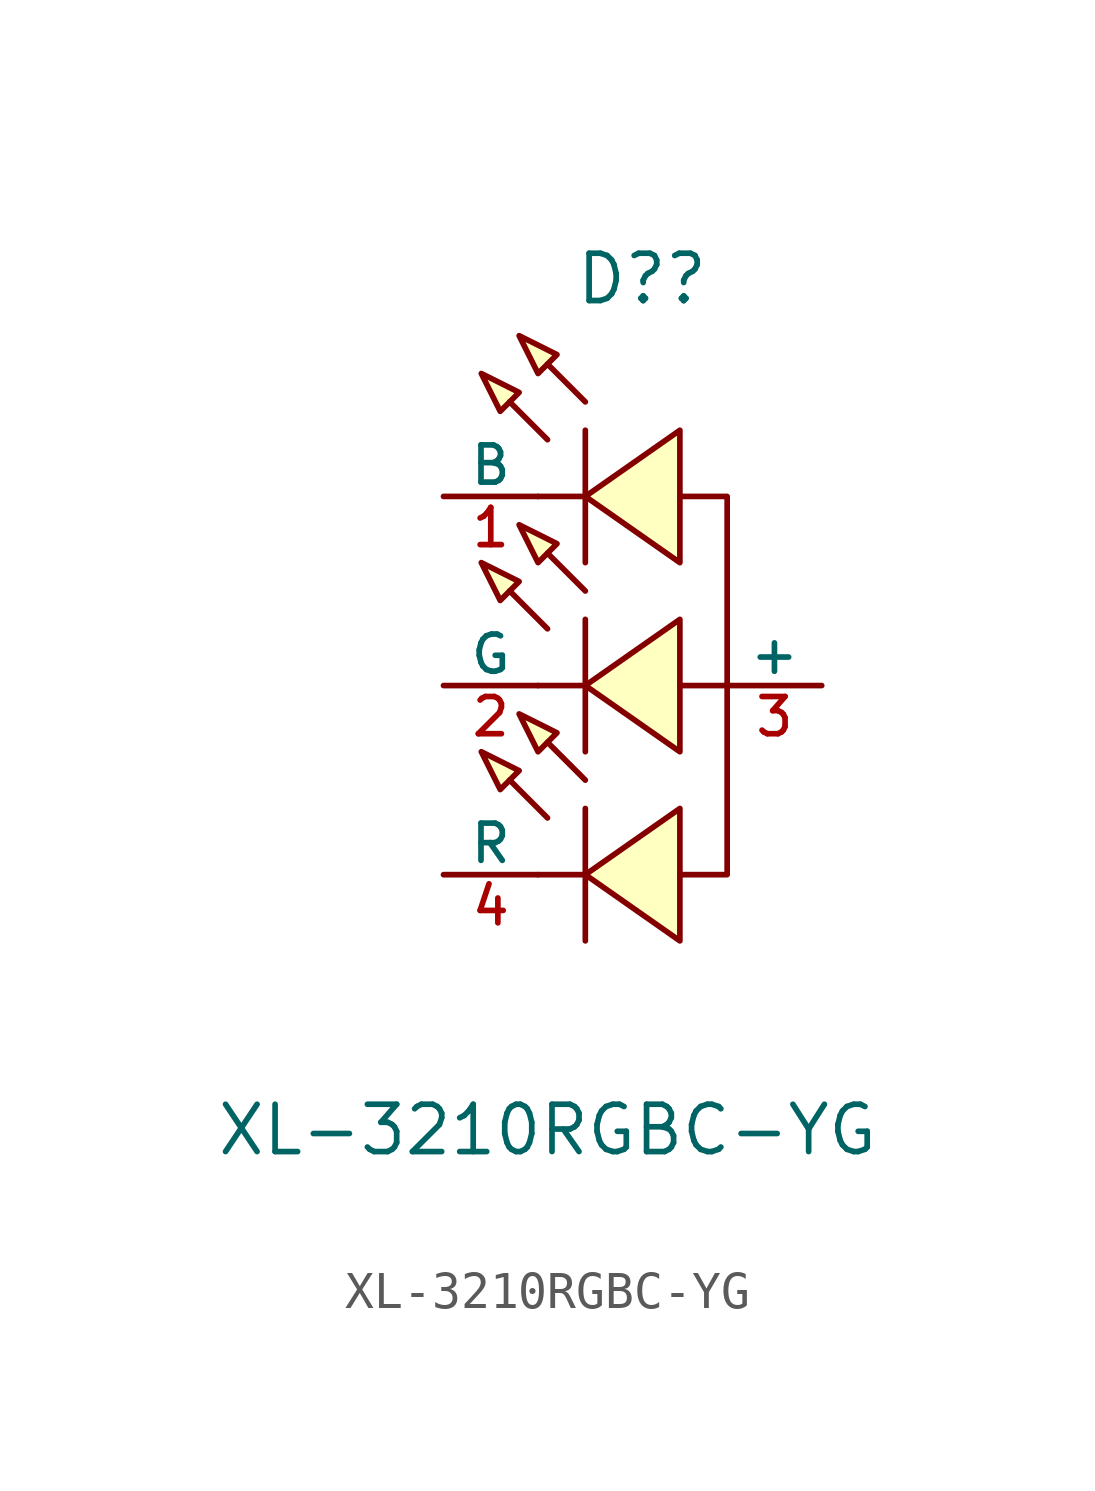
<source format=kicad_sym>
(kicad_symbol_lib
  (version 20241209)
  (generator "kicad_symbol_editor")
  (generator_version "9.0")
  (symbol "XL-3210RGBC-YG"
    (pin_names
      (offset 0))
    (property "Reference" "D?"
      (at 0.254 8.382 0)
      (effects (font (size 1.27 1.27))))
    (property "Value" "XL-3210RGBC-YG"
      (at -2.286 -14.478 0)
      (effects (font (size 1.27 1.27))))
    (symbol "XL-3210RGBC-YG_0_1"
      (polyline (pts (xy -4.064 5.842) (xy -3.048 5.334) (xy -3.556 4.826) (xy -4.064 5.842)) (stroke (width 0) (type default)) (fill (type background)))
      (polyline (pts (xy -4.064 0.762) (xy -3.048 0.254) (xy -3.556 -0.254) (xy -4.064 0.762)) (stroke (width 0) (type default)) (fill (type background)))
      (polyline (pts (xy -4.064 -4.318) (xy -3.048 -4.826) (xy -3.556 -5.334) (xy -4.064 -4.318)) (stroke (width 0) (type default)) (fill (type background)))
      (polyline (pts (xy -3.048 6.858) (xy -2.032 6.35) (xy -2.54 5.842) (xy -3.048 6.858)) (stroke (width 0) (type default)) (fill (type background)))
      (polyline (pts (xy -3.048 1.778) (xy -2.032 1.27) (xy -2.54 0.762) (xy -3.048 1.778)) (stroke (width 0) (type default)) (fill (type background)))
      (polyline (pts (xy -3.048 -3.302) (xy -2.032 -3.81) (xy -2.54 -4.318) (xy -3.048 -3.302)) (stroke (width 0) (type default)) (fill (type background)))
      (polyline (pts (xy -2.286 4.064) (xy -3.302 5.08)) (stroke (width 0) (type default)) (fill (type none)))
      (polyline (pts (xy -2.286 -1.016) (xy -3.302 0)) (stroke (width 0) (type default)) (fill (type none)))
      (polyline (pts (xy -2.286 -6.096) (xy -3.302 -5.08)) (stroke (width 0) (type default)) (fill (type none)))
      (polyline (pts (xy -1.27 5.08) (xy -2.286 6.096)) (stroke (width 0) (type default)) (fill (type none)))
      (polyline (pts (xy -1.27 4.318) (xy -1.27 0.762)) (stroke (width 0) (type default)) (fill (type none)))
      (polyline (pts (xy -1.27 2.54) (xy -2.54 2.54)) (stroke (width 0) (type default)) (fill (type none)))
      (polyline (pts (xy -1.27 0) (xy -2.286 1.016)) (stroke (width 0) (type default)) (fill (type none)))
      (polyline (pts (xy -1.27 -0.762) (xy -1.27 -4.318)) (stroke (width 0) (type default)) (fill (type none)))
      (polyline (pts (xy -1.27 -2.54) (xy -2.54 -2.54)) (stroke (width 0) (type default)) (fill (type none)))
      (polyline (pts (xy -1.27 -5.08) (xy -2.286 -4.064)) (stroke (width 0) (type default)) (fill (type none)))
      (polyline (pts (xy -1.27 -5.842) (xy -1.27 -9.398)) (stroke (width 0) (type default)) (fill (type none)))
      (polyline (pts (xy -1.27 -7.62) (xy -2.54 -7.62)) (stroke (width 0) (type default)) (fill (type none)))
      (polyline (pts (xy 1.27 4.318) (xy -1.27 2.54) (xy 1.27 0.762) (xy 1.27 4.318)) (stroke (width 0) (type default)) (fill (type background)))
      (polyline (pts (xy 1.27 -0.762) (xy -1.27 -2.54) (xy 1.27 -4.318) (xy 1.27 -0.762)) (stroke (width 0) (type default)) (fill (type background)))
      (polyline (pts (xy 1.27 -5.842) (xy -1.27 -7.62) (xy 1.27 -9.398) (xy 1.27 -5.842)) (stroke (width 0) (type default)) (fill (type background)))
      (polyline (pts (xy 2.54 -2.54) (xy 1.27 -2.54)) (stroke (width 0) (type default)) (fill (type none)))
      (polyline (pts (xy 2.54 -2.54) (xy 2.54 2.54) (xy 1.27 2.54)) (stroke (width 0) (type default)) (fill (type none)))
      (polyline (pts (xy 2.54 -2.54) (xy 2.54 -7.62) (xy 1.27 -7.62)) (stroke (width 0) (type default)) (fill (type none))))
    (symbol "XL-3210RGBC-YG_1_1"
      (pin input line (at -5.08 2.54 0) (length 2.54) (name "B" (effects (font (size 1 1)))) (number "1" (effects (font (size 1 1)))))
      (pin input line (at -5.08 -2.54 0) (length 2.54) (name "G" (effects (font (size 1 1)))) (number "2" (effects (font (size 1 1)))))
      (pin input line (at -5.08 -7.62 0) (length 2.54) (name "R" (effects (font (size 1 1)))) (number "4" (effects (font (size 1 1)))))
      (pin power_in line (at 5.08 -2.54 180) (length 2.54) (name "+" (effects (font (size 1 1)))) (number "3" (effects (font (size 1 1))))))))
</source>
